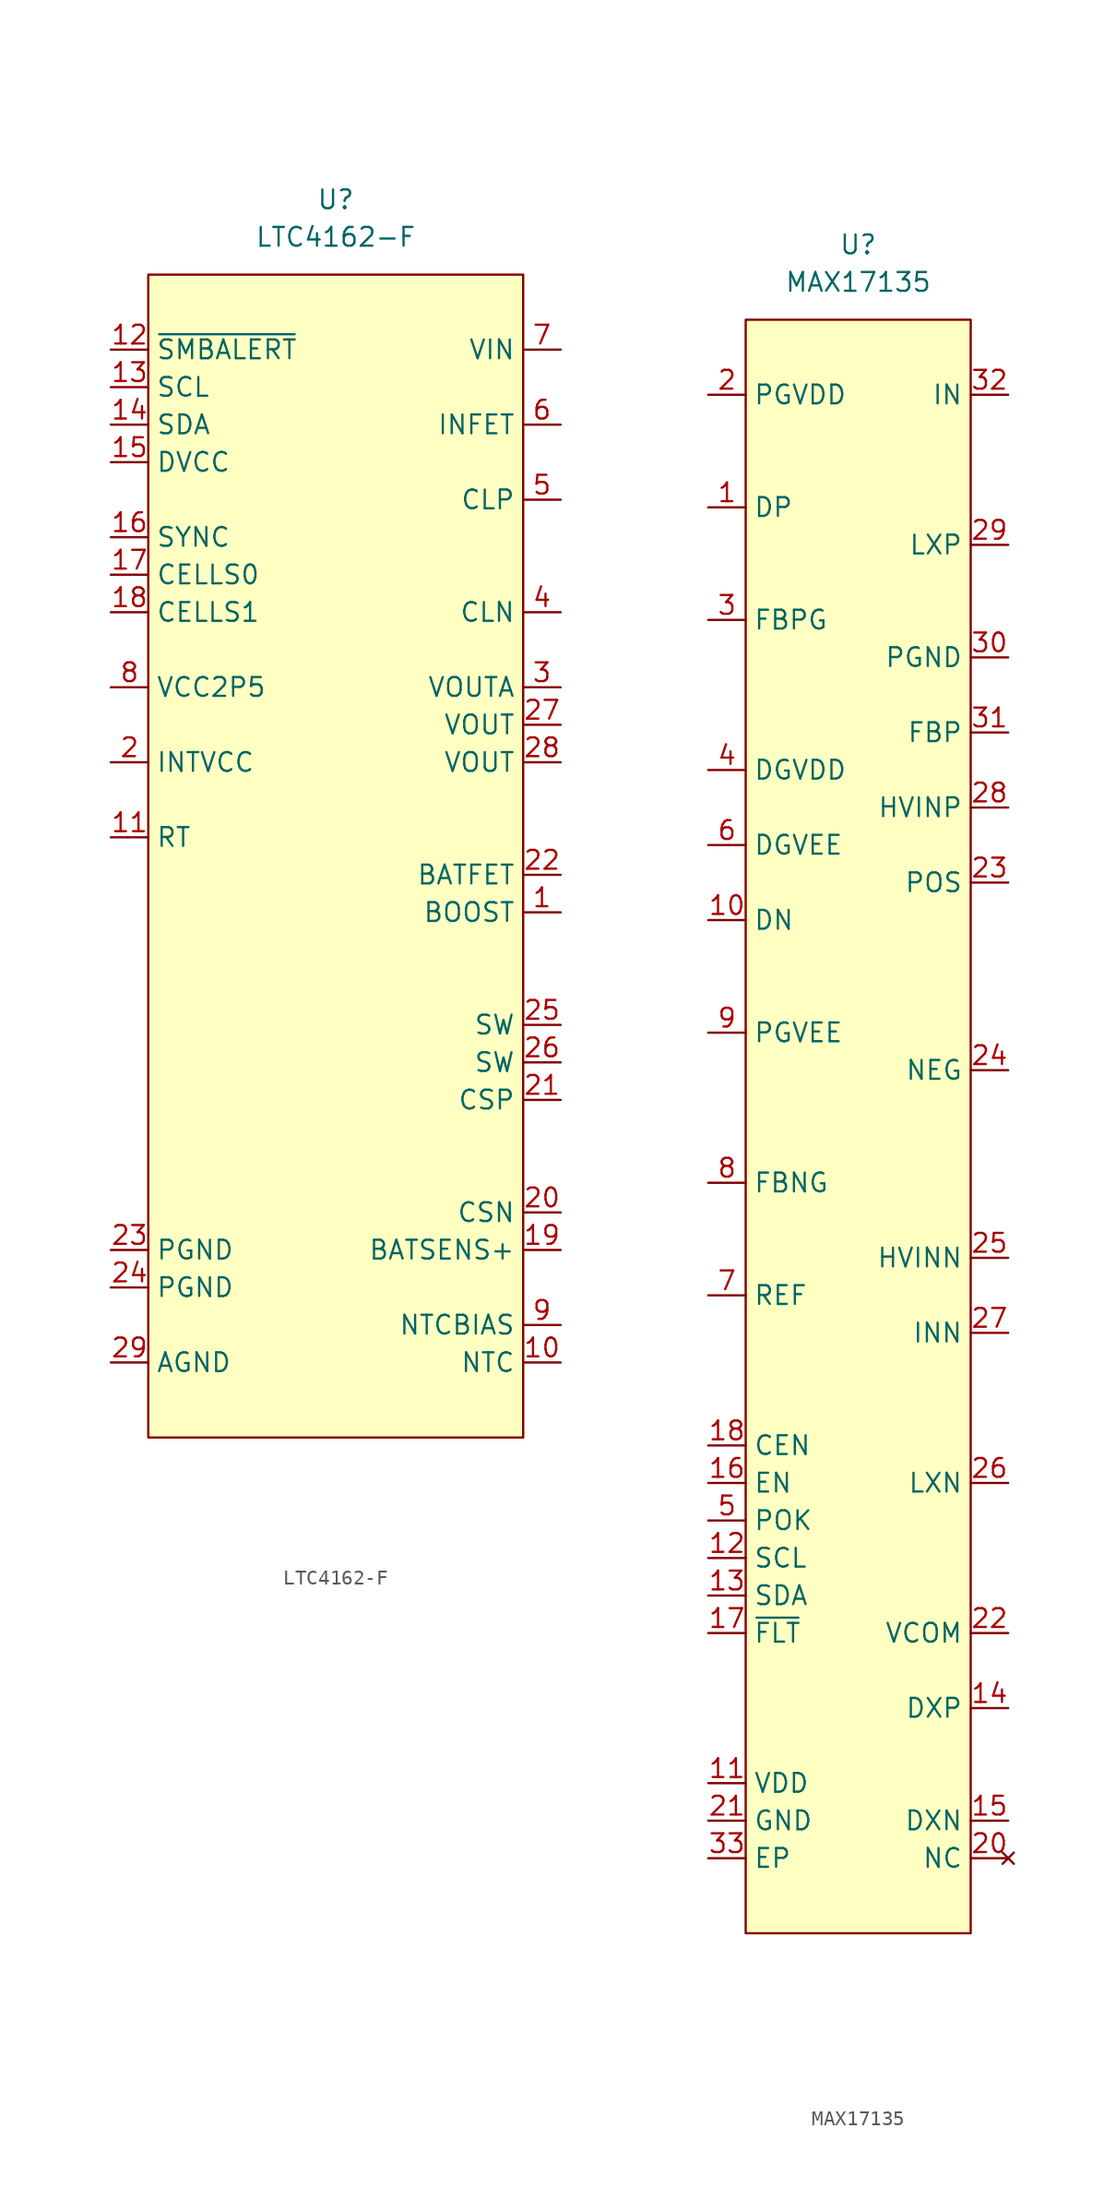
<source format=kicad_sym>
(kicad_symbol_lib
  (version 20231120)
  (generator "kicad_symbol_editor")
  (generator_version "8.0")
  (symbol "LTC4162-F"
    (property "Reference" "U"
      (at 0 0 0)
      (effects (font (size 1.27 1.27))))
    (property "Value" "LTC4162-F"
      (at 0 -2.54 0)
      (effects (font (size 1.27 1.27))))
    (symbol "LTC4162-F_0_1"
      (rectangle (start -12.7 -5.08) (end 12.7 -83.82) (stroke (width 0.152) (type default)) (fill (type background))))
    (symbol "LTC4162-F_1_1"
      (pin input line (at 15.24 -48.26 180) (length 2.54) (name "BOOST" (effects (font (size 1.27 1.27)))) (number "1" (effects (font (size 1.27 1.27)))))
      (pin input line (at 15.24 -78.74 180) (length 2.54) (name "NTC" (effects (font (size 1.27 1.27)))) (number "10" (effects (font (size 1.27 1.27)))))
      (pin input line (at -15.24 -43.18 0) (length 2.54) (name "RT" (effects (font (size 1.27 1.27)))) (number "11" (effects (font (size 1.27 1.27)))))
      (pin input line (at -15.24 -10.16 0) (length 2.54) (name "~{SMBALERT}" (effects (font (size 1.27 1.27)))) (number "12" (effects (font (size 1.27 1.27)))))
      (pin input line (at -15.24 -12.7 0) (length 2.54) (name "SCL" (effects (font (size 1.27 1.27)))) (number "13" (effects (font (size 1.27 1.27)))))
      (pin input line (at -15.24 -15.24 0) (length 2.54) (name "SDA" (effects (font (size 1.27 1.27)))) (number "14" (effects (font (size 1.27 1.27)))))
      (pin input line (at -15.24 -17.78 0) (length 2.54) (name "DVCC" (effects (font (size 1.27 1.27)))) (number "15" (effects (font (size 1.27 1.27)))))
      (pin input line (at -15.24 -22.86 0) (length 2.54) (name "SYNC" (effects (font (size 1.27 1.27)))) (number "16" (effects (font (size 1.27 1.27)))))
      (pin input line (at -15.24 -25.4 0) (length 2.54) (name "CELLS0" (effects (font (size 1.27 1.27)))) (number "17" (effects (font (size 1.27 1.27)))))
      (pin input line (at -15.24 -27.94 0) (length 2.54) (name "CELLS1" (effects (font (size 1.27 1.27)))) (number "18" (effects (font (size 1.27 1.27)))))
      (pin input line (at 15.24 -71.12 180) (length 2.54) (name "BATSENS+" (effects (font (size 1.27 1.27)))) (number "19" (effects (font (size 1.27 1.27)))))
      (pin input line (at -15.24 -38.1 0) (length 2.54) (name "INTVCC" (effects (font (size 1.27 1.27)))) (number "2" (effects (font (size 1.27 1.27)))))
      (pin input line (at 15.24 -68.58 180) (length 2.54) (name "CSN" (effects (font (size 1.27 1.27)))) (number "20" (effects (font (size 1.27 1.27)))))
      (pin input line (at 15.24 -60.96 180) (length 2.54) (name "CSP" (effects (font (size 1.27 1.27)))) (number "21" (effects (font (size 1.27 1.27)))))
      (pin input line (at 15.24 -45.72 180) (length 2.54) (name "BATFET" (effects (font (size 1.27 1.27)))) (number "22" (effects (font (size 1.27 1.27)))))
      (pin input line (at -15.24 -71.12 0) (length 2.54) (name "PGND" (effects (font (size 1.27 1.27)))) (number "23" (effects (font (size 1.27 1.27)))))
      (pin input line (at -15.24 -73.66 0) (length 2.54) (name "PGND" (effects (font (size 1.27 1.27)))) (number "24" (effects (font (size 1.27 1.27)))))
      (pin input line (at 15.24 -55.88 180) (length 2.54) (name "SW" (effects (font (size 1.27 1.27)))) (number "25" (effects (font (size 1.27 1.27)))))
      (pin input line (at 15.24 -58.42 180) (length 2.54) (name "SW" (effects (font (size 1.27 1.27)))) (number "26" (effects (font (size 1.27 1.27)))))
      (pin input line (at 15.24 -35.56 180) (length 2.54) (name "VOUT" (effects (font (size 1.27 1.27)))) (number "27" (effects (font (size 1.27 1.27)))))
      (pin input line (at 15.24 -38.1 180) (length 2.54) (name "VOUT" (effects (font (size 1.27 1.27)))) (number "28" (effects (font (size 1.27 1.27)))))
      (pin input line (at -15.24 -78.74 0) (length 2.54) (name "AGND" (effects (font (size 1.27 1.27)))) (number "29" (effects (font (size 1.27 1.27)))))
      (pin input line (at 15.24 -33.02 180) (length 2.54) (name "VOUTA" (effects (font (size 1.27 1.27)))) (number "3" (effects (font (size 1.27 1.27)))))
      (pin input line (at 15.24 -27.94 180) (length 2.54) (name "CLN" (effects (font (size 1.27 1.27)))) (number "4" (effects (font (size 1.27 1.27)))))
      (pin input line (at 15.24 -20.32 180) (length 2.54) (name "CLP" (effects (font (size 1.27 1.27)))) (number "5" (effects (font (size 1.27 1.27)))))
      (pin input line (at 15.24 -15.24 180) (length 2.54) (name "INFET" (effects (font (size 1.27 1.27)))) (number "6" (effects (font (size 1.27 1.27)))))
      (pin input line (at 15.24 -10.16 180) (length 2.54) (name "VIN" (effects (font (size 1.27 1.27)))) (number "7" (effects (font (size 1.27 1.27)))))
      (pin input line (at -15.24 -33.02 0) (length 2.54) (name "VCC2P5" (effects (font (size 1.27 1.27)))) (number "8" (effects (font (size 1.27 1.27)))))
      (pin input line (at 15.24 -76.2 180) (length 2.54) (name "NTCBIAS" (effects (font (size 1.27 1.27)))) (number "9" (effects (font (size 1.27 1.27)))))))
  (symbol "MAX17135"
    (property "Reference" "U"
      (at 0 0 0)
      (effects (font (size 1.27 1.27))))
    (property "Value" "MAX17135"
      (at 0 -2.54 0)
      (effects (font (size 1.27 1.27))))
    (symbol "MAX17135_0_1"
      (rectangle (start -7.62 -5.08) (end 7.62 -114.3) (stroke (width 0.152) (type default)) (fill (type background))))
    (symbol "MAX17135_1_1"
      (pin input line (at -10.16 -17.78 0) (length 2.54) (name "DP" (effects (font (size 1.27 1.27)))) (number "1" (effects (font (size 1.27 1.27)))))
      (pin input line (at -10.16 -45.72 0) (length 2.54) (name "DN" (effects (font (size 1.27 1.27)))) (number "10" (effects (font (size 1.27 1.27)))))
      (pin input line (at -10.16 -104.14 0) (length 2.54) (name "VDD" (effects (font (size 1.27 1.27)))) (number "11" (effects (font (size 1.27 1.27)))))
      (pin input line (at -10.16 -88.9 0) (length 2.54) (name "SCL" (effects (font (size 1.27 1.27)))) (number "12" (effects (font (size 1.27 1.27)))))
      (pin input line (at -10.16 -91.44 0) (length 2.54) (name "SDA" (effects (font (size 1.27 1.27)))) (number "13" (effects (font (size 1.27 1.27)))))
      (pin input line (at 10.16 -99.06 180) (length 2.54) (name "DXP" (effects (font (size 1.27 1.27)))) (number "14" (effects (font (size 1.27 1.27)))))
      (pin input line (at 10.16 -106.68 180) (length 2.54) (name "DXN" (effects (font (size 1.27 1.27)))) (number "15" (effects (font (size 1.27 1.27)))))
      (pin input line (at -10.16 -83.82 0) (length 2.54) (name "EN" (effects (font (size 1.27 1.27)))) (number "16" (effects (font (size 1.27 1.27)))))
      (pin input line (at -10.16 -93.98 0) (length 2.54) (name "~{FLT}" (effects (font (size 1.27 1.27)))) (number "17" (effects (font (size 1.27 1.27)))))
      (pin input line (at -10.16 -81.28 0) (length 2.54) (name "CEN" (effects (font (size 1.27 1.27)))) (number "18" (effects (font (size 1.27 1.27)))))
      (pin no_connect line (at 10.16 -109.22 180) (length 2.54) hide (name "NC" (effects (font (size 1.27 1.27)))) (number "19" (effects (font (size 1.27 1.27)))))
      (pin input line (at -10.16 -10.16 0) (length 2.54) (name "PGVDD" (effects (font (size 1.27 1.27)))) (number "2" (effects (font (size 1.27 1.27)))))
      (pin no_connect line (at 10.16 -109.22 180) (length 2.54) (name "NC" (effects (font (size 1.27 1.27)))) (number "20" (effects (font (size 1.27 1.27)))))
      (pin input line (at -10.16 -106.68 0) (length 2.54) (name "GND" (effects (font (size 1.27 1.27)))) (number "21" (effects (font (size 1.27 1.27)))))
      (pin input line (at 10.16 -93.98 180) (length 2.54) (name "VCOM" (effects (font (size 1.27 1.27)))) (number "22" (effects (font (size 1.27 1.27)))))
      (pin input line (at 10.16 -43.18 180) (length 2.54) (name "POS" (effects (font (size 1.27 1.27)))) (number "23" (effects (font (size 1.27 1.27)))))
      (pin input line (at 10.16 -55.88 180) (length 2.54) (name "NEG" (effects (font (size 1.27 1.27)))) (number "24" (effects (font (size 1.27 1.27)))))
      (pin input line (at 10.16 -68.58 180) (length 2.54) (name "HVINN" (effects (font (size 1.27 1.27)))) (number "25" (effects (font (size 1.27 1.27)))))
      (pin input line (at 10.16 -83.82 180) (length 2.54) (name "LXN" (effects (font (size 1.27 1.27)))) (number "26" (effects (font (size 1.27 1.27)))))
      (pin input line (at 10.16 -73.66 180) (length 2.54) (name "INN" (effects (font (size 1.27 1.27)))) (number "27" (effects (font (size 1.27 1.27)))))
      (pin input line (at 10.16 -38.1 180) (length 2.54) (name "HVINP" (effects (font (size 1.27 1.27)))) (number "28" (effects (font (size 1.27 1.27)))))
      (pin input line (at 10.16 -20.32 180) (length 2.54) (name "LXP" (effects (font (size 1.27 1.27)))) (number "29" (effects (font (size 1.27 1.27)))))
      (pin input line (at -10.16 -25.4 0) (length 2.54) (name "FBPG" (effects (font (size 1.27 1.27)))) (number "3" (effects (font (size 1.27 1.27)))))
      (pin input line (at 10.16 -27.94 180) (length 2.54) (name "PGND" (effects (font (size 1.27 1.27)))) (number "30" (effects (font (size 1.27 1.27)))))
      (pin input line (at 10.16 -33.02 180) (length 2.54) (name "FBP" (effects (font (size 1.27 1.27)))) (number "31" (effects (font (size 1.27 1.27)))))
      (pin input line (at 10.16 -10.16 180) (length 2.54) (name "IN" (effects (font (size 1.27 1.27)))) (number "32" (effects (font (size 1.27 1.27)))))
      (pin input line (at -10.16 -109.22 0) (length 2.54) (name "EP" (effects (font (size 1.27 1.27)))) (number "33" (effects (font (size 1.27 1.27)))))
      (pin input line (at -10.16 -35.56 0) (length 2.54) (name "DGVDD" (effects (font (size 1.27 1.27)))) (number "4" (effects (font (size 1.27 1.27)))))
      (pin input line (at -10.16 -86.36 0) (length 2.54) (name "POK" (effects (font (size 1.27 1.27)))) (number "5" (effects (font (size 1.27 1.27)))))
      (pin input line (at -10.16 -40.64 0) (length 2.54) (name "DGVEE" (effects (font (size 1.27 1.27)))) (number "6" (effects (font (size 1.27 1.27)))))
      (pin input line (at -10.16 -71.12 0) (length 2.54) (name "REF" (effects (font (size 1.27 1.27)))) (number "7" (effects (font (size 1.27 1.27)))))
      (pin input line (at -10.16 -63.5 0) (length 2.54) (name "FBNG" (effects (font (size 1.27 1.27)))) (number "8" (effects (font (size 1.27 1.27)))))
      (pin input line (at -10.16 -53.34 0) (length 2.54) (name "PGVEE" (effects (font (size 1.27 1.27)))) (number "9" (effects (font (size 1.27 1.27))))))))
</source>
